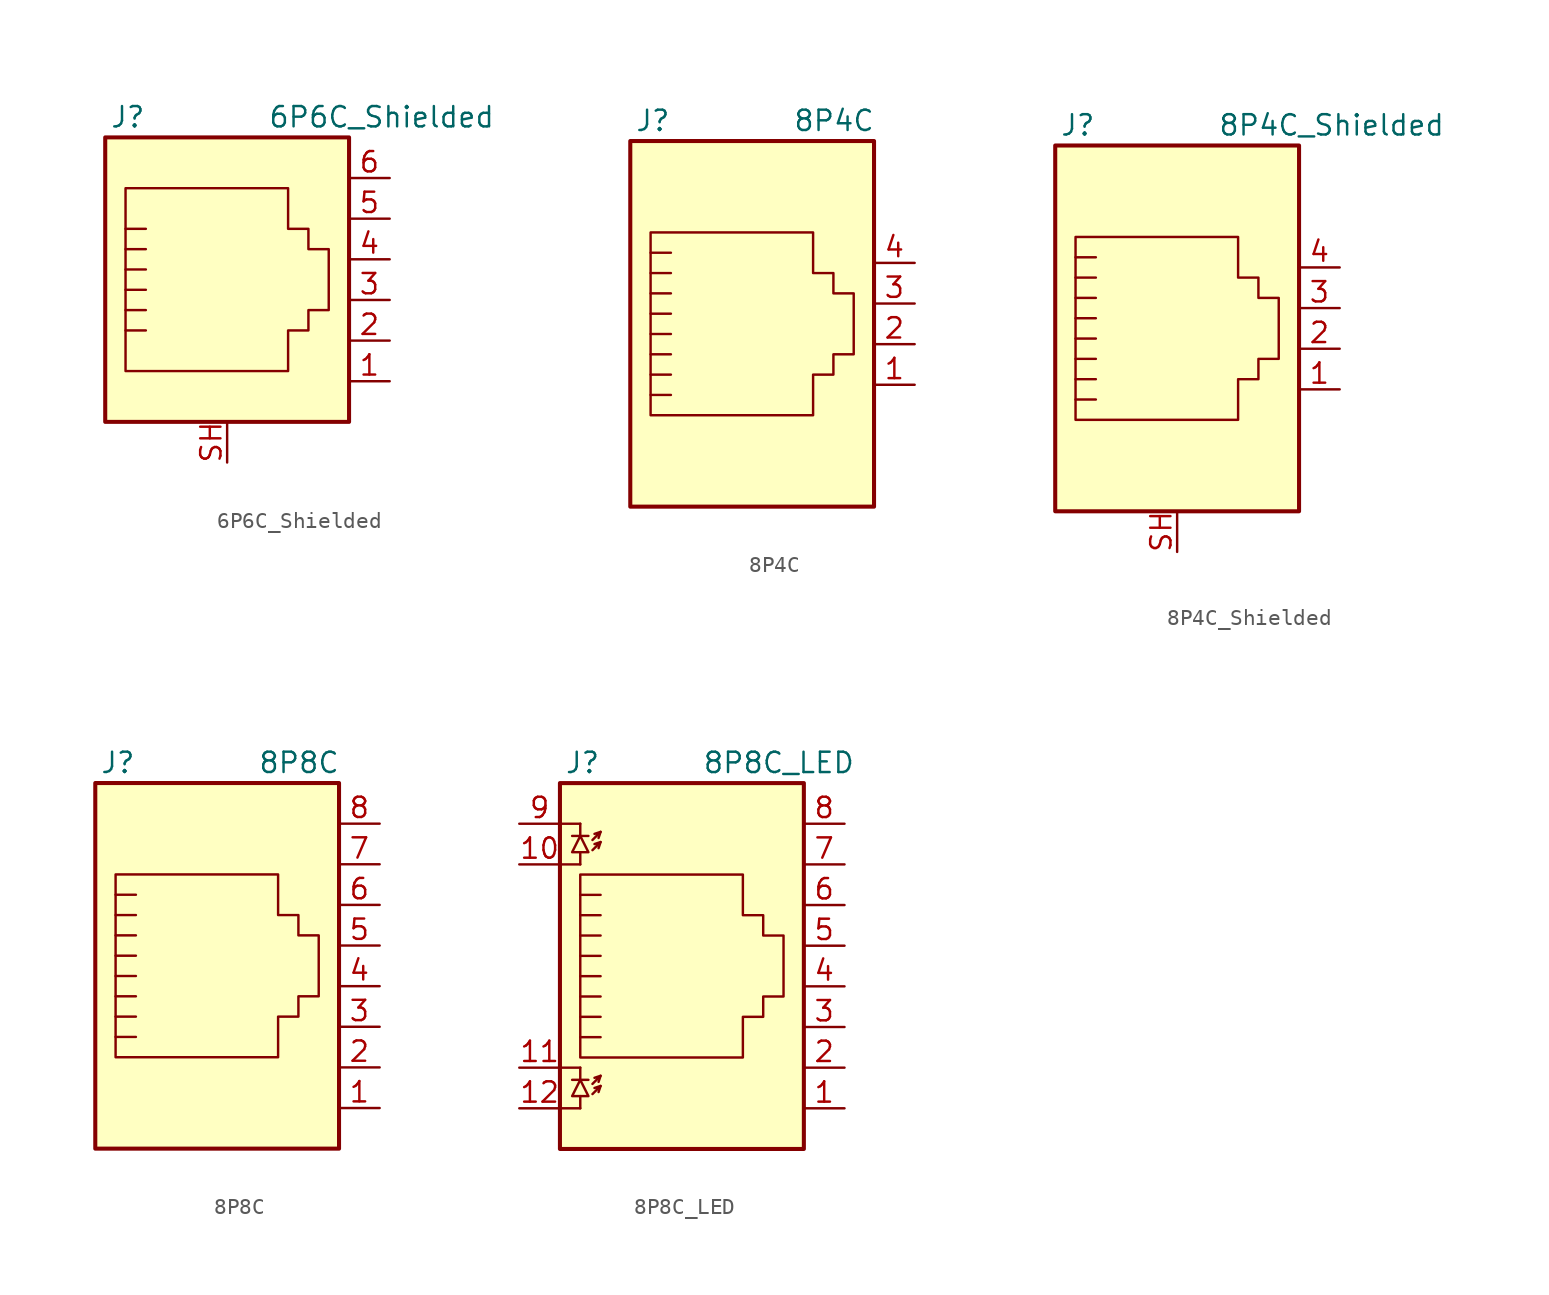
<source format=kicad_sym>
(kicad_symbol_lib
  (version 20241209)
  (generator "kicad_symbol_editor")
  (generator_version "9.0")
  (symbol "6P6C_Shielded"
    (pin_names
      (offset 1.016))
    (property "Reference" "J"
      (at -5.08 11.43 0)
      (effects (font (size 1.27 1.27)) (justify right)))
    (property "Value" "6P6C_Shielded"
      (at 2.54 11.43 0)
      (effects (font (size 1.27 1.27)) (justify left)))
    (symbol "6P6C_Shielded_0_1"
      (polyline (pts (xy -6.35 3.175) (xy -5.08 3.175) (xy -5.08 3.175)) (stroke (width 0) (type default)) (fill (type none)))
      (polyline (pts (xy -6.35 1.905) (xy -5.08 1.905) (xy -5.08 1.905)) (stroke (width 0) (type default)) (fill (type none)))
      (polyline (pts (xy -6.35 0.635) (xy -5.08 0.635) (xy -5.08 0.635)) (stroke (width 0) (type default)) (fill (type none)))
      (polyline (pts (xy -6.35 -0.635) (xy -5.08 -0.635) (xy -5.08 -0.635)) (stroke (width 0) (type default)) (fill (type none)))
      (polyline (pts (xy -6.35 -1.905) (xy -5.08 -1.905) (xy -5.08 -1.905)) (stroke (width 0) (type default)) (fill (type none)))
      (polyline (pts (xy -6.35 -4.445) (xy -6.35 6.985) (xy 3.81 6.985) (xy 3.81 4.445) (xy 5.08 4.445) (xy 5.08 3.175) (xy 6.35 3.175) (xy 6.35 -0.635) (xy 5.08 -0.635) (xy 5.08 -1.905) (xy 3.81 -1.905) (xy 3.81 -4.445) (xy -6.35 -4.445) (xy -6.35 -4.445)) (stroke (width 0) (type default)) (fill (type none)))
      (polyline (pts (xy -5.08 4.445) (xy -6.35 4.445) (xy -6.35 4.445)) (stroke (width 0) (type default)) (fill (type none)))
      (rectangle (start 7.62 10.16) (end -7.62 -7.62) (stroke (width 0.254) (type default)) (fill (type background))))
    (symbol "6P6C_Shielded_1_1"
      (pin passive line (at 0 -10.16 90) (length 2.54) (name "~" (effects (font (size 1.27 1.27)))) (number "SH" (effects (font (size 1.27 1.27)))))
      (pin passive line (at 10.16 7.62 180) (length 2.54) (name "~" (effects (font (size 1.27 1.27)))) (number "6" (effects (font (size 1.27 1.27)))))
      (pin passive line (at 10.16 5.08 180) (length 2.54) (name "~" (effects (font (size 1.27 1.27)))) (number "5" (effects (font (size 1.27 1.27)))))
      (pin passive line (at 10.16 2.54 180) (length 2.54) (name "~" (effects (font (size 1.27 1.27)))) (number "4" (effects (font (size 1.27 1.27)))))
      (pin passive line (at 10.16 0 180) (length 2.54) (name "~" (effects (font (size 1.27 1.27)))) (number "3" (effects (font (size 1.27 1.27)))))
      (pin passive line (at 10.16 -2.54 180) (length 2.54) (name "~" (effects (font (size 1.27 1.27)))) (number "2" (effects (font (size 1.27 1.27)))))
      (pin passive line (at 10.16 -5.08 180) (length 2.54) (name "~" (effects (font (size 1.27 1.27)))) (number "1" (effects (font (size 1.27 1.27)))))))
  (symbol "8P4C"
    (pin_names
      (offset 1.016))
    (property "Reference" "J"
      (at -5.08 13.97 0)
      (effects (font (size 1.27 1.27)) (justify right)))
    (property "Value" "8P4C"
      (at 2.54 13.97 0)
      (effects (font (size 1.27 1.27)) (justify left)))
    (symbol "8P4C_0_1"
      (polyline (pts (xy -6.35 1.905) (xy -5.08 1.905) (xy -5.08 1.905)) (stroke (width 0) (type default)) (fill (type none)))
      (polyline (pts (xy -6.35 0.635) (xy -5.08 0.635) (xy -5.08 0.635)) (stroke (width 0) (type default)) (fill (type none)))
      (polyline (pts (xy -6.35 -0.635) (xy -5.08 -0.635) (xy -5.08 -0.635)) (stroke (width 0) (type default)) (fill (type none)))
      (polyline (pts (xy -6.35 -1.905) (xy -5.08 -1.905) (xy -5.08 -1.905)) (stroke (width 0) (type default)) (fill (type none)))
      (polyline (pts (xy -6.35 -3.175) (xy -5.08 -3.175) (xy -5.08 -3.175)) (stroke (width 0) (type default)) (fill (type none)))
      (polyline (pts (xy -6.35 -4.445) (xy -6.35 6.985) (xy 3.81 6.985) (xy 3.81 4.445) (xy 5.08 4.445) (xy 5.08 3.175) (xy 6.35 3.175) (xy 6.35 -0.635) (xy 5.08 -0.635) (xy 5.08 -1.905) (xy 3.81 -1.905) (xy 3.81 -4.445) (xy -6.35 -4.445) (xy -6.35 -4.445)) (stroke (width 0) (type default)) (fill (type none)))
      (polyline (pts (xy -5.08 5.715) (xy -6.35 5.715)) (stroke (width 0) (type default)) (fill (type none)))
      (polyline (pts (xy -5.08 4.445) (xy -6.35 4.445)) (stroke (width 0) (type default)) (fill (type none)))
      (polyline (pts (xy -5.08 3.175) (xy -6.35 3.175) (xy -6.35 3.175)) (stroke (width 0) (type default)) (fill (type none)))
      (rectangle (start 7.62 12.7) (end -7.62 -10.16) (stroke (width 0.254) (type default)) (fill (type background))))
    (symbol "8P4C_1_1"
      (pin passive line (at 10.16 5.08 180) (length 2.54) (name "~" (effects (font (size 1.27 1.27)))) (number "4" (effects (font (size 1.27 1.27)))))
      (pin passive line (at 10.16 2.54 180) (length 2.54) (name "~" (effects (font (size 1.27 1.27)))) (number "3" (effects (font (size 1.27 1.27)))))
      (pin passive line (at 10.16 0 180) (length 2.54) (name "~" (effects (font (size 1.27 1.27)))) (number "2" (effects (font (size 1.27 1.27)))))
      (pin passive line (at 10.16 -2.54 180) (length 2.54) (name "~" (effects (font (size 1.27 1.27)))) (number "1" (effects (font (size 1.27 1.27)))))))
  (symbol "8P4C_Shielded"
    (pin_names
      (offset 1.016))
    (property "Reference" "J"
      (at -5.08 13.97 0)
      (effects (font (size 1.27 1.27)) (justify right)))
    (property "Value" "8P4C_Shielded"
      (at 2.54 13.97 0)
      (effects (font (size 1.27 1.27)) (justify left)))
    (symbol "8P4C_Shielded_0_1"
      (polyline (pts (xy -6.35 1.905) (xy -5.08 1.905) (xy -5.08 1.905)) (stroke (width 0) (type default)) (fill (type none)))
      (polyline (pts (xy -6.35 0.635) (xy -5.08 0.635) (xy -5.08 0.635)) (stroke (width 0) (type default)) (fill (type none)))
      (polyline (pts (xy -6.35 -0.635) (xy -5.08 -0.635) (xy -5.08 -0.635)) (stroke (width 0) (type default)) (fill (type none)))
      (polyline (pts (xy -6.35 -1.905) (xy -5.08 -1.905) (xy -5.08 -1.905)) (stroke (width 0) (type default)) (fill (type none)))
      (polyline (pts (xy -6.35 -3.175) (xy -5.08 -3.175) (xy -5.08 -3.175)) (stroke (width 0) (type default)) (fill (type none)))
      (polyline (pts (xy -6.35 -4.445) (xy -6.35 6.985) (xy 3.81 6.985) (xy 3.81 4.445) (xy 5.08 4.445) (xy 5.08 3.175) (xy 6.35 3.175) (xy 6.35 -0.635) (xy 5.08 -0.635) (xy 5.08 -1.905) (xy 3.81 -1.905) (xy 3.81 -4.445) (xy -6.35 -4.445) (xy -6.35 -4.445)) (stroke (width 0) (type default)) (fill (type none)))
      (polyline (pts (xy -5.08 5.715) (xy -6.35 5.715)) (stroke (width 0) (type default)) (fill (type none)))
      (polyline (pts (xy -5.08 4.445) (xy -6.35 4.445)) (stroke (width 0) (type default)) (fill (type none)))
      (polyline (pts (xy -5.08 3.175) (xy -6.35 3.175) (xy -6.35 3.175)) (stroke (width 0) (type default)) (fill (type none)))
      (rectangle (start 7.62 12.7) (end -7.62 -10.16) (stroke (width 0.254) (type default)) (fill (type background))))
    (symbol "8P4C_Shielded_1_1"
      (pin passive line (at 0 -12.7 90) (length 2.54) (name "~" (effects (font (size 1.27 1.27)))) (number "SH" (effects (font (size 1.27 1.27)))))
      (pin passive line (at 10.16 5.08 180) (length 2.54) (name "~" (effects (font (size 1.27 1.27)))) (number "4" (effects (font (size 1.27 1.27)))))
      (pin passive line (at 10.16 2.54 180) (length 2.54) (name "~" (effects (font (size 1.27 1.27)))) (number "3" (effects (font (size 1.27 1.27)))))
      (pin passive line (at 10.16 0 180) (length 2.54) (name "~" (effects (font (size 1.27 1.27)))) (number "2" (effects (font (size 1.27 1.27)))))
      (pin passive line (at 10.16 -2.54 180) (length 2.54) (name "~" (effects (font (size 1.27 1.27)))) (number "1" (effects (font (size 1.27 1.27)))))))
  (symbol "8P8C"
    (pin_names
      (offset 1.016))
    (property "Reference" "J"
      (at -5.08 13.97 0)
      (effects (font (size 1.27 1.27)) (justify right)))
    (property "Value" "8P8C"
      (at 2.54 13.97 0)
      (effects (font (size 1.27 1.27)) (justify left)))
    (symbol "8P8C_0_1"
      (polyline (pts (xy -6.35 1.905) (xy -5.08 1.905) (xy -5.08 1.905)) (stroke (width 0) (type default)) (fill (type none)))
      (polyline (pts (xy -6.35 0.635) (xy -5.08 0.635) (xy -5.08 0.635)) (stroke (width 0) (type default)) (fill (type none)))
      (polyline (pts (xy -6.35 -0.635) (xy -5.08 -0.635) (xy -5.08 -0.635)) (stroke (width 0) (type default)) (fill (type none)))
      (polyline (pts (xy -6.35 -1.905) (xy -5.08 -1.905) (xy -5.08 -1.905)) (stroke (width 0) (type default)) (fill (type none)))
      (polyline (pts (xy -6.35 -3.175) (xy -5.08 -3.175) (xy -5.08 -3.175)) (stroke (width 0) (type default)) (fill (type none)))
      (polyline (pts (xy -6.35 -4.445) (xy -6.35 6.985) (xy 3.81 6.985) (xy 3.81 4.445) (xy 5.08 4.445) (xy 5.08 3.175) (xy 6.35 3.175) (xy 6.35 -0.635) (xy 5.08 -0.635) (xy 5.08 -1.905) (xy 3.81 -1.905) (xy 3.81 -4.445) (xy -6.35 -4.445) (xy -6.35 -4.445)) (stroke (width 0) (type default)) (fill (type none)))
      (polyline (pts (xy -5.08 5.715) (xy -6.35 5.715)) (stroke (width 0) (type default)) (fill (type none)))
      (polyline (pts (xy -5.08 4.445) (xy -6.35 4.445)) (stroke (width 0) (type default)) (fill (type none)))
      (polyline (pts (xy -5.08 3.175) (xy -6.35 3.175) (xy -6.35 3.175)) (stroke (width 0) (type default)) (fill (type none)))
      (rectangle (start 7.62 12.7) (end -7.62 -10.16) (stroke (width 0.254) (type default)) (fill (type background))))
    (symbol "8P8C_1_1"
      (pin passive line (at 10.16 10.16 180) (length 2.54) (name "~" (effects (font (size 1.27 1.27)))) (number "8" (effects (font (size 1.27 1.27)))))
      (pin passive line (at 10.16 7.62 180) (length 2.54) (name "~" (effects (font (size 1.27 1.27)))) (number "7" (effects (font (size 1.27 1.27)))))
      (pin passive line (at 10.16 5.08 180) (length 2.54) (name "~" (effects (font (size 1.27 1.27)))) (number "6" (effects (font (size 1.27 1.27)))))
      (pin passive line (at 10.16 2.54 180) (length 2.54) (name "~" (effects (font (size 1.27 1.27)))) (number "5" (effects (font (size 1.27 1.27)))))
      (pin passive line (at 10.16 0 180) (length 2.54) (name "~" (effects (font (size 1.27 1.27)))) (number "4" (effects (font (size 1.27 1.27)))))
      (pin passive line (at 10.16 -2.54 180) (length 2.54) (name "~" (effects (font (size 1.27 1.27)))) (number "3" (effects (font (size 1.27 1.27)))))
      (pin passive line (at 10.16 -5.08 180) (length 2.54) (name "~" (effects (font (size 1.27 1.27)))) (number "2" (effects (font (size 1.27 1.27)))))
      (pin passive line (at 10.16 -7.62 180) (length 2.54) (name "~" (effects (font (size 1.27 1.27)))) (number "1" (effects (font (size 1.27 1.27)))))))
  (symbol "8P8C_LED"
    (pin_names
      (offset 1.016))
    (property "Reference" "J"
      (at -5.08 13.97 0)
      (effects (font (size 1.27 1.27)) (justify right)))
    (property "Value" "8P8C_LED"
      (at 1.27 13.97 0)
      (effects (font (size 1.27 1.27)) (justify left)))
    (symbol "8P8C_LED_0_1"
      (polyline (pts (xy -7.62 10.16) (xy -6.35 10.16)) (stroke (width 0) (type default)) (fill (type none)))
      (polyline (pts (xy -7.62 7.62) (xy -6.35 7.62)) (stroke (width 0) (type default)) (fill (type none)))
      (polyline (pts (xy -7.62 -5.08) (xy -6.35 -5.08)) (stroke (width 0) (type default)) (fill (type none)))
      (polyline (pts (xy -7.62 -7.62) (xy -6.35 -7.62)) (stroke (width 0) (type default)) (fill (type none)))
      (polyline (pts (xy -6.858 9.398) (xy -5.842 9.398)) (stroke (width 0) (type default)) (fill (type none)))
      (polyline (pts (xy -6.858 -5.842) (xy -5.842 -5.842)) (stroke (width 0) (type default)) (fill (type none)))
      (polyline (pts (xy -6.35 10.16) (xy -6.35 9.398)) (stroke (width 0) (type default)) (fill (type none)))
      (polyline (pts (xy -6.35 9.398) (xy -6.858 8.382) (xy -5.842 8.382) (xy -6.35 9.398)) (stroke (width 0) (type default)) (fill (type none)))
      (polyline (pts (xy -6.35 7.62) (xy -6.35 8.382)) (stroke (width 0) (type default)) (fill (type none)))
      (polyline (pts (xy -6.35 1.905) (xy -5.08 1.905) (xy -5.08 1.905)) (stroke (width 0) (type default)) (fill (type none)))
      (polyline (pts (xy -6.35 0.635) (xy -5.08 0.635) (xy -5.08 0.635)) (stroke (width 0) (type default)) (fill (type none)))
      (polyline (pts (xy -6.35 -0.635) (xy -5.08 -0.635) (xy -5.08 -0.635)) (stroke (width 0) (type default)) (fill (type none)))
      (polyline (pts (xy -6.35 -1.905) (xy -5.08 -1.905) (xy -5.08 -1.905)) (stroke (width 0) (type default)) (fill (type none)))
      (polyline (pts (xy -6.35 -3.175) (xy -5.08 -3.175) (xy -5.08 -3.175)) (stroke (width 0) (type default)) (fill (type none)))
      (polyline (pts (xy -6.35 -4.445) (xy -6.35 6.985) (xy 3.81 6.985) (xy 3.81 4.445) (xy 5.08 4.445) (xy 5.08 3.175) (xy 6.35 3.175) (xy 6.35 -0.635) (xy 5.08 -0.635) (xy 5.08 -1.905) (xy 3.81 -1.905) (xy 3.81 -4.445) (xy -6.35 -4.445) (xy -6.35 -4.445)) (stroke (width 0) (type default)) (fill (type none)))
      (polyline (pts (xy -6.35 -5.08) (xy -6.35 -5.842)) (stroke (width 0) (type default)) (fill (type none)))
      (polyline (pts (xy -6.35 -5.842) (xy -6.858 -6.858) (xy -5.842 -6.858) (xy -6.35 -5.842)) (stroke (width 0) (type default)) (fill (type none)))
      (polyline (pts (xy -6.35 -7.62) (xy -6.35 -6.858)) (stroke (width 0) (type default)) (fill (type none)))
      (polyline (pts (xy -5.588 9.144) (xy -5.08 9.652) (xy -5.461 9.525)) (stroke (width 0) (type default)) (fill (type none)))
      (polyline (pts (xy -5.588 8.509) (xy -5.08 9.017) (xy -5.461 8.89)) (stroke (width 0) (type default)) (fill (type none)))
      (polyline (pts (xy -5.588 -6.096) (xy -5.08 -5.588) (xy -5.461 -5.715)) (stroke (width 0) (type default)) (fill (type none)))
      (polyline (pts (xy -5.588 -6.731) (xy -5.08 -6.223) (xy -5.461 -6.35)) (stroke (width 0) (type default)) (fill (type none)))
      (polyline (pts (xy -5.08 9.652) (xy -5.207 9.271)) (stroke (width 0) (type default)) (fill (type none)))
      (polyline (pts (xy -5.08 9.017) (xy -5.207 8.636)) (stroke (width 0) (type default)) (fill (type none)))
      (polyline (pts (xy -5.08 5.715) (xy -6.35 5.715)) (stroke (width 0) (type default)) (fill (type none)))
      (polyline (pts (xy -5.08 4.445) (xy -6.35 4.445)) (stroke (width 0) (type default)) (fill (type none)))
      (polyline (pts (xy -5.08 3.175) (xy -6.35 3.175) (xy -6.35 3.175)) (stroke (width 0) (type default)) (fill (type none)))
      (polyline (pts (xy -5.08 -5.588) (xy -5.207 -5.969)) (stroke (width 0) (type default)) (fill (type none)))
      (polyline (pts (xy -5.08 -6.223) (xy -5.207 -6.604)) (stroke (width 0) (type default)) (fill (type none)))
      (rectangle (start 7.62 12.7) (end -7.62 -10.16) (stroke (width 0.254) (type default)) (fill (type background))))
    (symbol "8P8C_LED_1_1"
      (pin passive line (at -10.16 10.16 0) (length 2.54) (name "~" (effects (font (size 1.27 1.27)))) (number "9" (effects (font (size 1.27 1.27)))))
      (pin passive line (at -10.16 7.62 0) (length 2.54) (name "~" (effects (font (size 1.27 1.27)))) (number "10" (effects (font (size 1.27 1.27)))))
      (pin passive line (at -10.16 -5.08 0) (length 2.54) (name "~" (effects (font (size 1.27 1.27)))) (number "11" (effects (font (size 1.27 1.27)))))
      (pin passive line (at -10.16 -7.62 0) (length 2.54) (name "~" (effects (font (size 1.27 1.27)))) (number "12" (effects (font (size 1.27 1.27)))))
      (pin passive line (at 10.16 10.16 180) (length 2.54) (name "~" (effects (font (size 1.27 1.27)))) (number "8" (effects (font (size 1.27 1.27)))))
      (pin passive line (at 10.16 7.62 180) (length 2.54) (name "~" (effects (font (size 1.27 1.27)))) (number "7" (effects (font (size 1.27 1.27)))))
      (pin passive line (at 10.16 5.08 180) (length 2.54) (name "~" (effects (font (size 1.27 1.27)))) (number "6" (effects (font (size 1.27 1.27)))))
      (pin passive line (at 10.16 2.54 180) (length 2.54) (name "~" (effects (font (size 1.27 1.27)))) (number "5" (effects (font (size 1.27 1.27)))))
      (pin passive line (at 10.16 0 180) (length 2.54) (name "~" (effects (font (size 1.27 1.27)))) (number "4" (effects (font (size 1.27 1.27)))))
      (pin passive line (at 10.16 -2.54 180) (length 2.54) (name "~" (effects (font (size 1.27 1.27)))) (number "3" (effects (font (size 1.27 1.27)))))
      (pin passive line (at 10.16 -5.08 180) (length 2.54) (name "~" (effects (font (size 1.27 1.27)))) (number "2" (effects (font (size 1.27 1.27)))))
      (pin passive line (at 10.16 -7.62 180) (length 2.54) (name "~" (effects (font (size 1.27 1.27)))) (number "1" (effects (font (size 1.27 1.27))))))))
</source>
